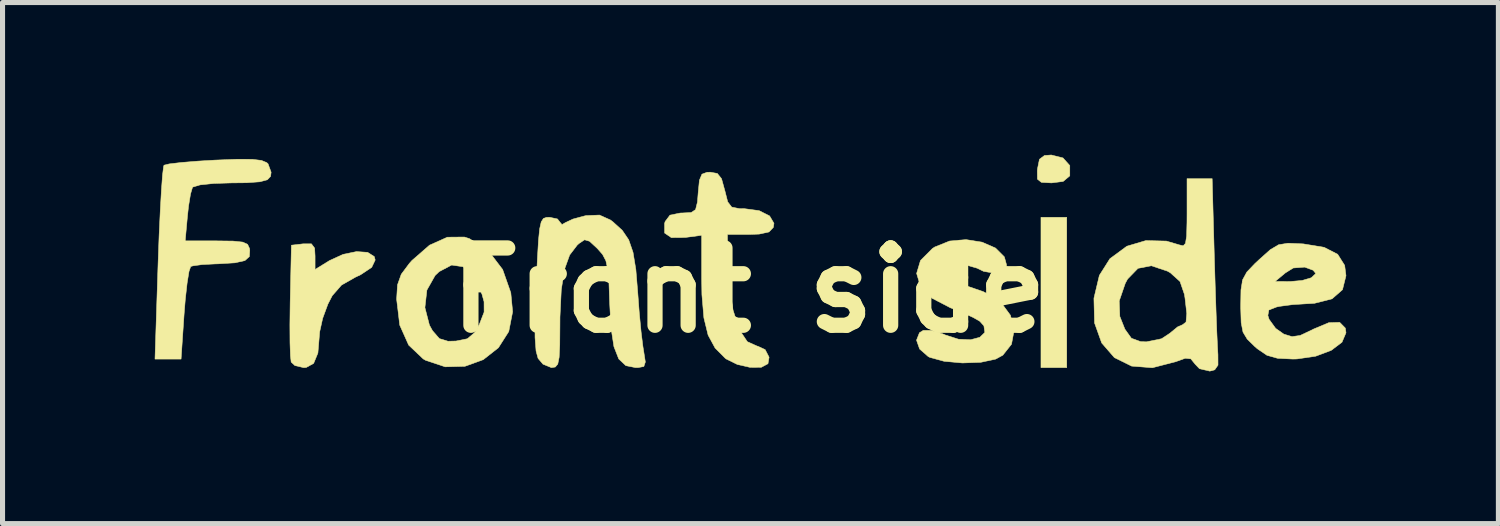
<source format=kicad_pcb>
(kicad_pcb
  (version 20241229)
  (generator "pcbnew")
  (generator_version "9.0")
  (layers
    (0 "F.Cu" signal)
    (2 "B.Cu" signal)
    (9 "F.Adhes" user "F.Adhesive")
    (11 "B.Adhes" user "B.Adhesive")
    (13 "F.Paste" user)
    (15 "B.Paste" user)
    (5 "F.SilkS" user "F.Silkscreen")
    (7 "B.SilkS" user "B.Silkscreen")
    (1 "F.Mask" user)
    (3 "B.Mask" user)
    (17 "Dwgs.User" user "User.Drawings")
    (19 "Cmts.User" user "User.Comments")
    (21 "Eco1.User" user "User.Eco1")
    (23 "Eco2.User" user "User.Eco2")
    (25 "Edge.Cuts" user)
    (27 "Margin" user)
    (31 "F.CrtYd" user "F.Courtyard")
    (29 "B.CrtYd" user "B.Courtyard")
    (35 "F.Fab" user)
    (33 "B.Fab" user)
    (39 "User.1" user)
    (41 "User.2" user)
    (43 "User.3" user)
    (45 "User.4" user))
  (footprint "Front side"
    (layer "F.Cu")
    (at 11.711 2.672)
    (property "Reference" "Front side" (at 0 0 0) (layer "F.SilkS") (effects (font (size 1.524 1.524) (thickness 0.3))))
    (attr through_hole)
    (fp_poly (pts (xy 6.265 1.524) (xy 5.757 1.524) (xy 5.757 -1.439) (xy 6.265 -1.439) (xy 6.265 1.524)) (stroke (width 0.01) (type solid)) (fill yes) (layer "F.SilkS"))
    (fp_poly (pts (xy 6.191 -2.609) (xy 6.325 -2.459) (xy 6.325 -2.26) (xy 6.324 -2.255) (xy 6.194 -2.146) (xy 5.966 -2.117) (xy 5.765 -2.128) (xy 5.687 -2.191) (xy 5.685 -2.354) (xy 5.688 -2.392) (xy 5.727 -2.583) (xy 5.826 -2.657) (xy 5.96 -2.667) (xy 6.191 -2.609)) (stroke (width 0.01) (type solid)) (fill yes) (layer "F.SilkS"))
    (fp_poly (pts (xy -8.623 -0.916) (xy -8.56 -0.832) (xy -8.551 -0.676) (xy -8.551 -0.41) (xy -8.266 -0.586) (xy -7.999 -0.708) (xy -7.734 -0.763) (xy -7.515 -0.748) (xy -7.384 -0.665) (xy -7.366 -0.597) (xy -7.435 -0.452) (xy -7.653 -0.307) (xy -7.75 -0.262) (xy -8.03 -0.103) (xy -8.213 0.107) (xy -8.298 0.272) (xy -8.401 0.552) (xy -8.46 0.817) (xy -8.466 0.889) (xy -8.495 1.236) (xy -8.579 1.44) (xy -8.726 1.521) (xy -8.776 1.524) (xy -8.949 1.483) (xy -9.022 1.414) (xy -9.036 1.291) (xy -9.045 1.035) (xy -9.047 0.681) (xy -9.042 0.266) (xy -9.041 0.207) (xy -9.017 -0.889) (xy -8.784 -0.916) (xy -8.623 -0.916)) (stroke (width 0.01) (type solid)) (fill yes) (layer "F.SilkS"))
    (fp_poly (pts (xy -5.508 -1.018) (xy -5.131 -0.774) (xy -4.854 -0.41) (xy -4.693 0.048) (xy -4.657 0.423) (xy -4.733 0.812) (xy -4.937 1.132) (xy -5.236 1.367) (xy -5.597 1.498) (xy -5.986 1.508) (xy -6.371 1.38) (xy -6.419 1.352) (xy -6.706 1.08) (xy -6.882 0.686) (xy -6.923 0.341) (xy -6.386 0.341) (xy -6.297 0.686) (xy -6.237 0.795) (xy -6.101 0.952) (xy -5.931 1.004) (xy -5.773 1) (xy -5.549 0.955) (xy -5.407 0.835) (xy -5.312 0.67) (xy -5.219 0.43) (xy -5.22 0.225) (xy -5.261 0.077) (xy -5.426 -0.271) (xy -5.629 -0.464) (xy -5.859 -0.498) (xy -6.104 -0.369) (xy -6.185 -0.292) (xy -6.347 -0.005) (xy -6.386 0.341) (xy -6.923 0.341) (xy -6.943 0.179) (xy -6.943 0.172) (xy -6.926 -0.108) (xy -6.852 -0.316) (xy -6.69 -0.533) (xy -6.641 -0.588) (xy -6.294 -0.89) (xy -5.943 -1.047) (xy -5.608 -1.05) (xy -5.508 -1.018)) (stroke (width 0.01) (type solid)) (fill yes) (layer "F.SilkS"))
    (fp_poly (pts (xy -9.793 -2.582) (xy -9.608 -2.56) (xy -9.504 -2.517) (xy -9.478 -2.493) (xy -9.417 -2.327) (xy -9.428 -2.245) (xy -9.491 -2.179) (xy -9.639 -2.139) (xy -9.902 -2.12) (xy -10.195 -2.117) (xy -10.551 -2.106) (xy -10.817 -2.078) (xy -10.958 -2.036) (xy -10.968 -2.026) (xy -11.006 -1.897) (xy -11.045 -1.658) (xy -11.067 -1.455) (xy -11.111 -0.974) (xy -10.487 -0.974) (xy -10.166 -0.97) (xy -9.976 -0.95) (xy -9.881 -0.906) (xy -9.843 -0.825) (xy -9.838 -0.79) (xy -9.846 -0.665) (xy -9.934 -0.586) (xy -10.129 -0.542) (xy -10.461 -0.522) (xy -10.525 -0.52) (xy -10.779 -0.507) (xy -10.959 -0.482) (xy -11.002 -0.469) (xy -11.036 -0.371) (xy -11.073 -0.142) (xy -11.109 0.182) (xy -11.132 0.464) (xy -11.192 1.355) (xy -11.706 1.355) (xy -11.645 -0.529) (xy -11.625 -1.077) (xy -11.602 -1.567) (xy -11.579 -1.975) (xy -11.557 -2.274) (xy -11.536 -2.441) (xy -11.528 -2.466) (xy -11.426 -2.491) (xy -11.191 -2.519) (xy -10.86 -2.546) (xy -10.525 -2.566) (xy -10.089 -2.583) (xy -9.793 -2.582)) (stroke (width 0.01) (type solid)) (fill yes) (layer "F.SilkS"))
    (fp_poly (pts (xy 4.596 -0.949) (xy 4.861 -0.833) (xy 5.035 -0.659) (xy 5.08 -0.495) (xy 5.012 -0.378) (xy 4.842 -0.336) (xy 4.626 -0.374) (xy 4.499 -0.436) (xy 4.317 -0.489) (xy 4.111 -0.471) (xy 3.949 -0.398) (xy 3.895 -0.303) (xy 3.973 -0.21) (xy 4.185 -0.116) (xy 4.325 -0.075) (xy 4.618 0.026) (xy 4.871 0.158) (xy 4.956 0.222) (xy 5.155 0.492) (xy 5.228 0.787) (xy 5.176 1.063) (xy 5.005 1.279) (xy 4.864 1.356) (xy 4.571 1.419) (xy 4.208 1.432) (xy 3.848 1.399) (xy 3.567 1.322) (xy 3.535 1.306) (xy 3.365 1.157) (xy 3.304 0.983) (xy 3.362 0.836) (xy 3.437 0.79) (xy 3.596 0.791) (xy 3.82 0.858) (xy 3.872 0.881) (xy 4.131 0.964) (xy 4.368 0.975) (xy 4.552 0.926) (xy 4.651 0.83) (xy 4.632 0.7) (xy 4.55 0.609) (xy 4.416 0.533) (xy 4.18 0.427) (xy 3.971 0.344) (xy 3.606 0.154) (xy 3.382 -0.079) (xy 3.306 -0.333) (xy 3.382 -0.587) (xy 3.617 -0.823) (xy 3.664 -0.854) (xy 3.956 -0.971) (xy 4.28 -0.999) (xy 4.596 -0.949)) (stroke (width 0.01) (type solid)) (fill yes) (layer "F.SilkS"))
    (fp_poly (pts (xy -0.622 -2.303) (xy -0.539 -2.199) (xy -0.476 -1.97) (xy -0.475 -1.968) (xy -0.418 -1.744) (xy -0.339 -1.64) (xy -0.189 -1.61) (xy -0.089 -1.609) (xy 0.202 -1.57) (xy 0.408 -1.466) (xy 0.494 -1.321) (xy 0.482 -1.24) (xy 0.396 -1.15) (xy 0.202 -1.108) (xy 0.003 -1.101) (xy -0.423 -1.101) (xy -0.421 -0.741) (xy -0.39 -0.117) (xy -0.312 0.392) (xy -0.191 0.773) (xy -0.031 1.013) (xy 0.165 1.101) (xy 0.173 1.101) (xy 0.32 1.169) (xy 0.398 1.319) (xy 0.376 1.447) (xy 0.245 1.517) (xy 0.024 1.519) (xy -0.227 1.462) (xy -0.446 1.354) (xy -0.465 1.34) (xy -0.666 1.138) (xy -0.804 0.883) (xy -0.887 0.543) (xy -0.926 0.086) (xy -0.931 -0.243) (xy -0.931 -1.085) (xy -1.259 -1.041) (xy -1.529 -1.039) (xy -1.661 -1.129) (xy -1.662 -1.316) (xy -1.651 -1.355) (xy -1.556 -1.481) (xy -1.353 -1.523) (xy -1.311 -1.524) (xy -1.138 -1.533) (xy -1.051 -1.59) (xy -1.014 -1.739) (xy -0.999 -1.926) (xy -0.975 -2.17) (xy -0.925 -2.289) (xy -0.825 -2.326) (xy -0.762 -2.328) (xy -0.622 -2.303)) (stroke (width 0.01) (type solid)) (fill yes) (layer "F.SilkS"))
    (fp_poly (pts (xy 9.175 -0.614) (xy 9.191 -0.091) (xy 9.207 0.393) (xy 9.222 0.804) (xy 9.236 1.11) (xy 9.245 1.27) (xy 9.246 1.475) (xy 9.182 1.567) (xy 9.085 1.593) (xy 8.881 1.545) (xy 8.795 1.455) (xy 8.711 1.351) (xy 8.602 1.339) (xy 8.413 1.407) (xy 7.953 1.526) (xy 7.544 1.494) (xy 7.204 1.326) (xy 6.954 1.038) (xy 6.813 0.644) (xy 6.802 0.21) (xy 7.299 0.21) (xy 7.311 0.515) (xy 7.411 0.766) (xy 7.539 0.945) (xy 7.718 1.011) (xy 7.834 1.016) (xy 8.133 0.955) (xy 8.297 0.847) (xy 8.449 0.722) (xy 8.551 0.677) (xy 8.616 0.626) (xy 8.631 0.458) (xy 8.596 0.152) (xy 8.584 0.078) (xy 8.498 -0.173) (xy 8.307 -0.345) (xy 8.252 -0.377) (xy 7.932 -0.484) (xy 7.669 -0.433) (xy 7.464 -0.222) (xy 7.418 -0.136) (xy 7.299 0.21) (xy 6.802 0.21) (xy 6.801 0.161) (xy 6.802 0.151) (xy 6.908 -0.294) (xy 7.116 -0.623) (xy 7.447 -0.867) (xy 7.457 -0.871) (xy 7.824 -0.98) (xy 8.23 -0.97) (xy 8.488 -0.894) (xy 8.561 -0.877) (xy 8.605 -0.925) (xy 8.628 -1.068) (xy 8.635 -1.337) (xy 8.636 -1.515) (xy 8.636 -2.201) (xy 9.131 -2.201) (xy 9.175 -0.614)) (stroke (width 0.01) (type solid)) (fill yes) (layer "F.SilkS"))
    (fp_poly (pts (xy 10.904 -0.916) (xy 10.926 -0.915) (xy 11.338 -0.847) (xy 11.605 -0.71) (xy 11.743 -0.491) (xy 11.769 -0.288) (xy 11.7 -0.012) (xy 11.494 0.168) (xy 11.148 0.256) (xy 11.009 0.264) (xy 10.717 0.282) (xy 10.46 0.316) (xy 10.403 0.328) (xy 10.249 0.388) (xy 10.229 0.496) (xy 10.253 0.572) (xy 10.382 0.75) (xy 10.544 0.864) (xy 10.705 0.913) (xy 10.867 0.89) (xy 11.096 0.782) (xy 11.128 0.765) (xy 11.431 0.638) (xy 11.645 0.632) (xy 11.756 0.745) (xy 11.769 0.837) (xy 11.69 1.023) (xy 11.479 1.183) (xy 11.171 1.299) (xy 10.802 1.353) (xy 10.723 1.355) (xy 10.42 1.34) (xy 10.211 1.281) (xy 10.023 1.153) (xy 9.971 1.108) (xy 9.822 0.962) (xy 9.739 0.824) (xy 9.703 0.637) (xy 9.694 0.344) (xy 9.694 0.297) (xy 9.699 -0.008) (xy 9.726 -0.175) (xy 10.372 -0.175) (xy 10.668 -0.173) (xy 10.906 -0.194) (xy 11.081 -0.246) (xy 11.089 -0.251) (xy 11.174 -0.331) (xy 11.121 -0.396) (xy 10.955 -0.457) (xy 10.729 -0.44) (xy 10.574 -0.343) (xy 10.372 -0.175) (xy 9.726 -0.175) (xy 9.731 -0.206) (xy 9.814 -0.359) (xy 9.974 -0.527) (xy 10.061 -0.608) (xy 10.276 -0.8) (xy 10.441 -0.898) (xy 10.626 -0.928) (xy 10.904 -0.916)) (stroke (width 0.01) (type solid)) (fill yes) (layer "F.SilkS"))
    (fp_poly (pts (xy -2.729 -1.386) (xy -2.68 -1.349) (xy -2.496 -1.182) (xy -2.369 -0.995) (xy -2.284 -0.749) (xy -2.228 -0.409) (xy -2.191 0.042) (xy -2.161 0.444) (xy -2.125 0.818) (xy -2.089 1.108) (xy -2.073 1.206) (xy -2.041 1.413) (xy -2.071 1.502) (xy -2.189 1.524) (xy -2.231 1.524) (xy -2.425 1.485) (xy -2.565 1.353) (xy -2.66 1.111) (xy -2.718 0.738) (xy -2.744 0.254) (xy -2.758 -0.141) (xy -2.781 -0.407) (xy -2.819 -0.583) (xy -2.884 -0.707) (xy -2.983 -0.82) (xy -2.99 -0.827) (xy -3.141 -0.967) (xy -3.239 -0.996) (xy -3.347 -0.924) (xy -3.383 -0.892) (xy -3.533 -0.696) (xy -3.636 -0.41) (xy -3.698 -0.01) (xy -3.724 0.527) (xy -3.725 0.699) (xy -3.728 1.078) (xy -3.74 1.32) (xy -3.767 1.454) (xy -3.816 1.512) (xy -3.892 1.524) (xy -4.058 1.456) (xy -4.155 1.342) (xy -4.195 1.196) (xy -4.215 0.932) (xy -4.216 0.535) (xy -4.198 -0.012) (xy -4.192 -0.14) (xy -4.168 -0.633) (xy -4.147 -0.983) (xy -4.124 -1.213) (xy -4.093 -1.349) (xy -4.05 -1.416) (xy -3.99 -1.437) (xy -3.928 -1.439) (xy -3.773 -1.406) (xy -3.725 -1.344) (xy -3.684 -1.295) (xy -3.619 -1.333) (xy -3.468 -1.404) (xy -3.239 -1.466) (xy -3.209 -1.472) (xy -2.945 -1.483) (xy -2.729 -1.386)) (stroke (width 0.01) (type solid)) (fill yes) (layer "F.SilkS")))
  (gr_rect
    (start -3 -3)
    (end 26.484 7.27)
    (stroke (width 0.1) (type default))
    (fill no)
    (layer "Edge.Cuts")))
</source>
